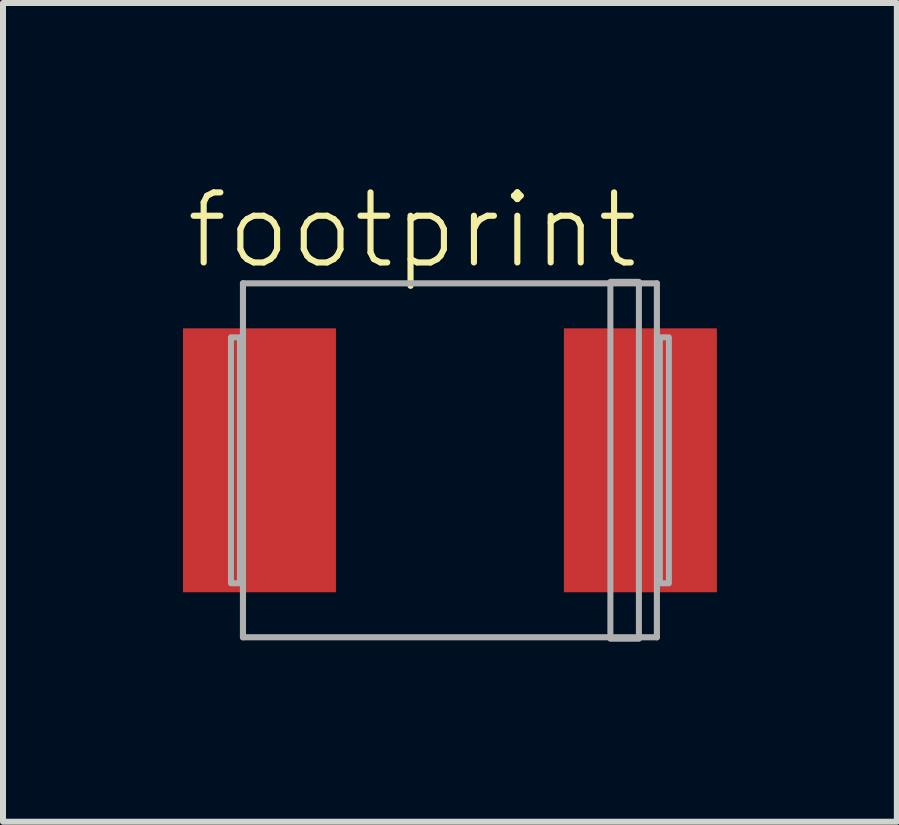
<source format=kicad_pcb>
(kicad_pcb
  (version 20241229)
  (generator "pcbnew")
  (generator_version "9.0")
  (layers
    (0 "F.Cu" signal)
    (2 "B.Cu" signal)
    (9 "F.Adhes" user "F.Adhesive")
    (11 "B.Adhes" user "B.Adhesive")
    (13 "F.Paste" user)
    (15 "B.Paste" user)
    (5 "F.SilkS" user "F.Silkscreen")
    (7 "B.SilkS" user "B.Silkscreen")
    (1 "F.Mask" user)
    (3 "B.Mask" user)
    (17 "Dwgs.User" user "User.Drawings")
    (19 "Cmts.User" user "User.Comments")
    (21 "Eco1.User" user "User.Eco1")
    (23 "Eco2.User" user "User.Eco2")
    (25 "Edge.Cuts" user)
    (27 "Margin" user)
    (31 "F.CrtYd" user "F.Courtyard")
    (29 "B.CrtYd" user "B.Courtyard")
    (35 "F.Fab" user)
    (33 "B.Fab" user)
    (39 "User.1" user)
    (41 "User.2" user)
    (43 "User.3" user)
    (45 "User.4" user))
  (footprint "footprint"
    (layer "F.Cu")
    (at 4.45 4.623)
    (property "Reference" "footprint" (at -4.45 -3.15 0) (layer "F.SilkS") (effects (font (size 1.168 1.168) (thickness 0.102)) (justify left bottom)))
    (fp_line (start -3.45 -2.95) (end 3.45 -2.95) (stroke (width 0.102) (type solid)) (layer "F.Fab"))
    (fp_line (start -3.45 2.95) (end -3.45 -2.95) (stroke (width 0.102) (type solid)) (layer "F.Fab"))
    (fp_line (start 3.45 -2.95) (end 3.45 2.95) (stroke (width 0.102) (type solid)) (layer "F.Fab"))
    (fp_line (start 3.45 2.95) (end -3.45 2.95) (stroke (width 0.102) (type solid)) (layer "F.Fab"))
    (fp_poly (pts (xy -3.65 2.05) (xy -3.5 2.05) (xy -3.5 -2.05) (xy -3.65 -2.05)) (stroke (width 0.1) (type solid)) (fill no) (layer "F.Fab"))
    (fp_poly (pts (xy 2.675 2.975) (xy 3.15 2.975) (xy 3.15 -2.975) (xy 2.675 -2.975)) (stroke (width 0.1) (type solid)) (fill no) (layer "F.Fab"))
    (fp_poly (pts (xy 3.5 2.05) (xy 3.65 2.05) (xy 3.65 -2.05) (xy 3.5 -2.05)) (stroke (width 0.1) (type solid)) (fill no) (layer "F.Fab"))
    (pad "+" smd rect (at 3.175 0) (size 2.55 4.4) (layers "F.Cu" "F.Mask" "F.Paste"))
    (pad "-" smd rect (at -3.175 0) (size 2.55 4.4) (layers "F.Cu" "F.Mask" "F.Paste")))
  (gr_rect
    (start -3 -3)
    (end 11.9 10.648)
    (stroke (width 0.1) (type default))
    (fill no)
    (layer "Edge.Cuts")))
</source>
